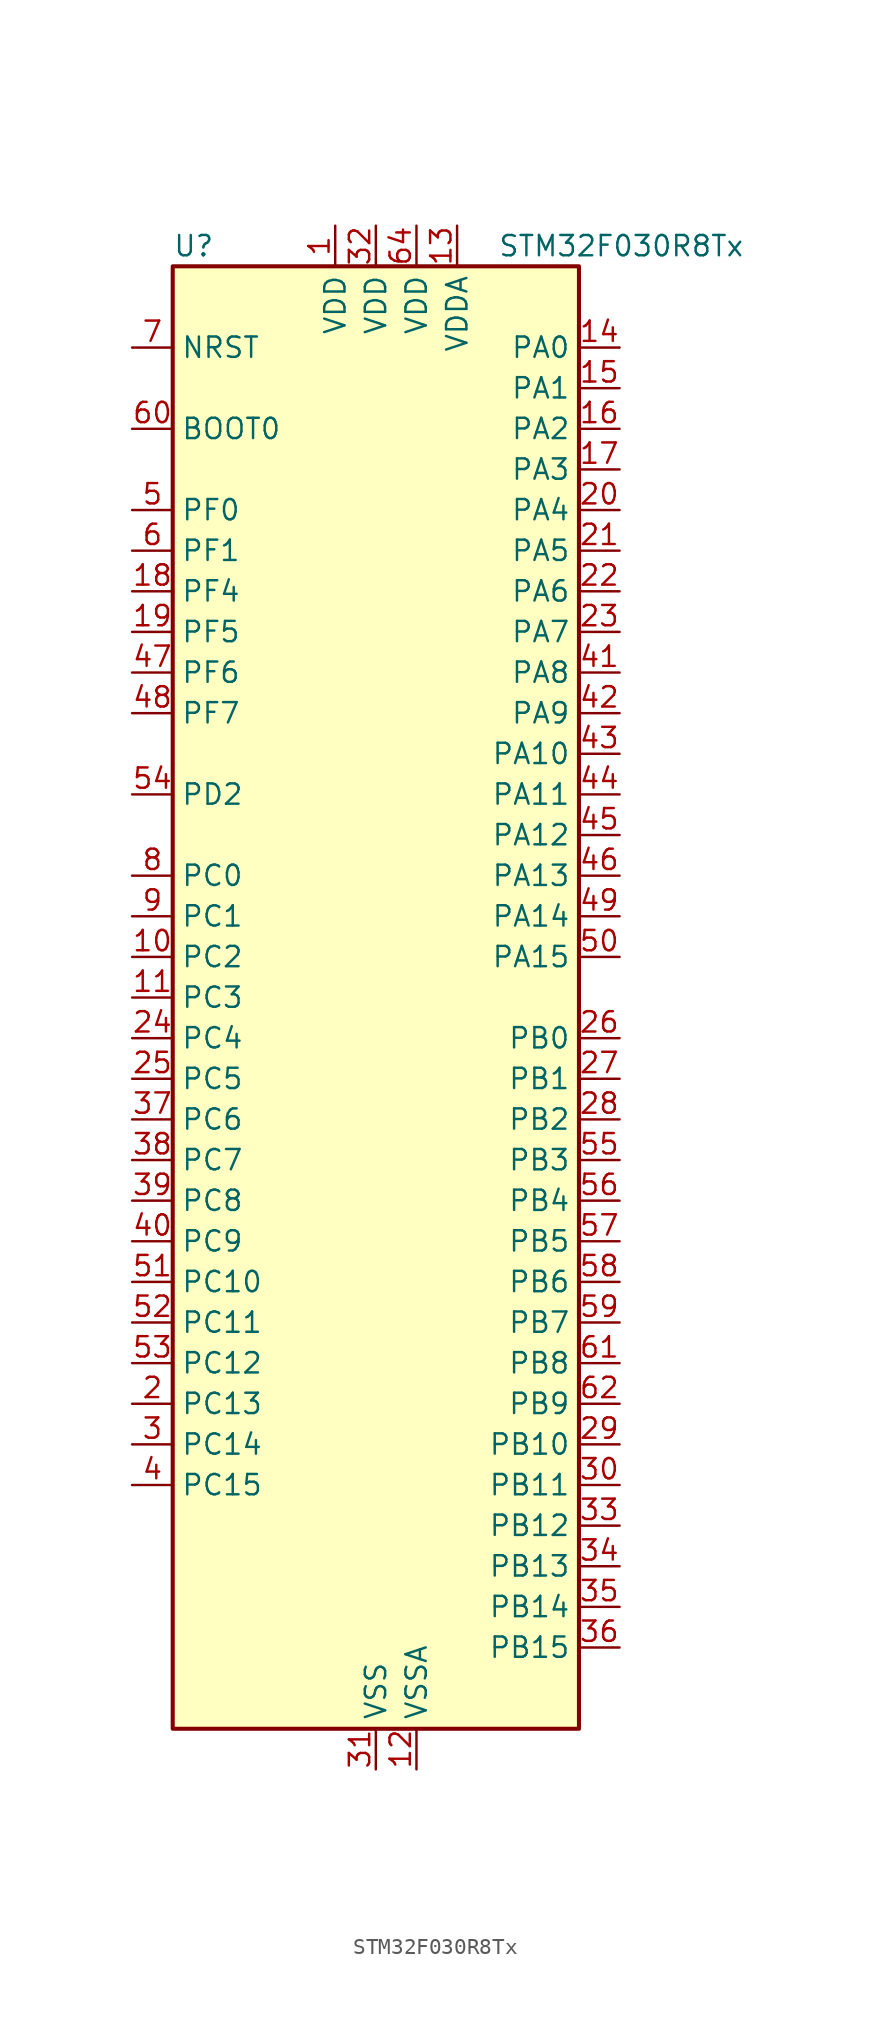
<source format=kicad_sym>
(kicad_symbol_lib
  (version 20241209)
  (generator "kicad_symbol_editor")
  (generator_version "9.0")
  (symbol "STM32F030R8Tx"
    (property "Reference" "U"
      (at -12.7 46.99 0)
      (effects (font (size 1.27 1.27)) (justify left)))
    (property "Value" "STM32F030R8Tx"
      (at 7.62 46.99 0)
      (effects (font (size 1.27 1.27)) (justify left)))
    (symbol "STM32F030R8Tx_0_1"
      (rectangle (start -12.7 -45.72) (end 12.7 45.72) (stroke (width 0.254) (type default)) (fill (type background))))
    (symbol "STM32F030R8Tx_1_1"
      (pin input line (at -15.24 40.64 0) (length 2.54) (name "NRST" (effects (font (size 1.27 1.27)))) (number "7" (effects (font (size 1.27 1.27)))))
      (pin input line (at -15.24 35.56 0) (length 2.54) (name "BOOT0" (effects (font (size 1.27 1.27)))) (number "60" (effects (font (size 1.27 1.27)))))
      (pin bidirectional line (at -15.24 30.48 0) (length 2.54) (name "PF0" (effects (font (size 1.27 1.27)))) (number "5" (effects (font (size 1.27 1.27)))) (alternate "RCC_OSC_IN" bidirectional line))
      (pin bidirectional line (at -15.24 27.94 0) (length 2.54) (name "PF1" (effects (font (size 1.27 1.27)))) (number "6" (effects (font (size 1.27 1.27)))) (alternate "RCC_OSC_OUT" bidirectional line))
      (pin bidirectional line (at -15.24 25.4 0) (length 2.54) (name "PF4" (effects (font (size 1.27 1.27)))) (number "18" (effects (font (size 1.27 1.27)))))
      (pin bidirectional line (at -15.24 22.86 0) (length 2.54) (name "PF5" (effects (font (size 1.27 1.27)))) (number "19" (effects (font (size 1.27 1.27)))))
      (pin bidirectional line (at -15.24 20.32 0) (length 2.54) (name "PF6" (effects (font (size 1.27 1.27)))) (number "47" (effects (font (size 1.27 1.27)))) (alternate "I2C2_SCL" bidirectional line))
      (pin bidirectional line (at -15.24 17.78 0) (length 2.54) (name "PF7" (effects (font (size 1.27 1.27)))) (number "48" (effects (font (size 1.27 1.27)))) (alternate "I2C2_SDA" bidirectional line))
      (pin bidirectional line (at -15.24 12.7 0) (length 2.54) (name "PD2" (effects (font (size 1.27 1.27)))) (number "54" (effects (font (size 1.27 1.27)))) (alternate "TIM3_ETR" bidirectional line))
      (pin bidirectional line (at -15.24 7.62 0) (length 2.54) (name "PC0" (effects (font (size 1.27 1.27)))) (number "8" (effects (font (size 1.27 1.27)))) (alternate "ADC_IN10" bidirectional line))
      (pin bidirectional line (at -15.24 5.08 0) (length 2.54) (name "PC1" (effects (font (size 1.27 1.27)))) (number "9" (effects (font (size 1.27 1.27)))) (alternate "ADC_IN11" bidirectional line))
      (pin bidirectional line (at -15.24 2.54 0) (length 2.54) (name "PC2" (effects (font (size 1.27 1.27)))) (number "10" (effects (font (size 1.27 1.27)))) (alternate "ADC_IN12" bidirectional line))
      (pin bidirectional line (at -15.24 0 0) (length 2.54) (name "PC3" (effects (font (size 1.27 1.27)))) (number "11" (effects (font (size 1.27 1.27)))) (alternate "ADC_IN13" bidirectional line))
      (pin bidirectional line (at -15.24 -2.54 0) (length 2.54) (name "PC4" (effects (font (size 1.27 1.27)))) (number "24" (effects (font (size 1.27 1.27)))) (alternate "ADC_IN14" bidirectional line))
      (pin bidirectional line (at -15.24 -5.08 0) (length 2.54) (name "PC5" (effects (font (size 1.27 1.27)))) (number "25" (effects (font (size 1.27 1.27)))) (alternate "ADC_IN15" bidirectional line))
      (pin bidirectional line (at -15.24 -7.62 0) (length 2.54) (name "PC6" (effects (font (size 1.27 1.27)))) (number "37" (effects (font (size 1.27 1.27)))) (alternate "TIM3_CH1" bidirectional line))
      (pin bidirectional line (at -15.24 -10.16 0) (length 2.54) (name "PC7" (effects (font (size 1.27 1.27)))) (number "38" (effects (font (size 1.27 1.27)))) (alternate "TIM3_CH2" bidirectional line))
      (pin bidirectional line (at -15.24 -12.7 0) (length 2.54) (name "PC8" (effects (font (size 1.27 1.27)))) (number "39" (effects (font (size 1.27 1.27)))) (alternate "TIM3_CH3" bidirectional line))
      (pin bidirectional line (at -15.24 -15.24 0) (length 2.54) (name "PC9" (effects (font (size 1.27 1.27)))) (number "40" (effects (font (size 1.27 1.27)))) (alternate "TIM3_CH4" bidirectional line))
      (pin bidirectional line (at -15.24 -17.78 0) (length 2.54) (name "PC10" (effects (font (size 1.27 1.27)))) (number "51" (effects (font (size 1.27 1.27)))))
      (pin bidirectional line (at -15.24 -20.32 0) (length 2.54) (name "PC11" (effects (font (size 1.27 1.27)))) (number "52" (effects (font (size 1.27 1.27)))))
      (pin bidirectional line (at -15.24 -22.86 0) (length 2.54) (name "PC12" (effects (font (size 1.27 1.27)))) (number "53" (effects (font (size 1.27 1.27)))))
      (pin bidirectional line (at -15.24 -25.4 0) (length 2.54) (name "PC13" (effects (font (size 1.27 1.27)))) (number "2" (effects (font (size 1.27 1.27)))) (alternate "RTC_OUT_ALARM" bidirectional line) (alternate "RTC_OUT_CALIB" bidirectional line) (alternate "RTC_TAMP1" bidirectional line) (alternate "RTC_TS" bidirectional line) (alternate "SYS_WKUP2" bidirectional line))
      (pin bidirectional line (at -15.24 -27.94 0) (length 2.54) (name "PC14" (effects (font (size 1.27 1.27)))) (number "3" (effects (font (size 1.27 1.27)))) (alternate "RCC_OSC32_IN" bidirectional line))
      (pin bidirectional line (at -15.24 -30.48 0) (length 2.54) (name "PC15" (effects (font (size 1.27 1.27)))) (number "4" (effects (font (size 1.27 1.27)))) (alternate "RCC_OSC32_OUT" bidirectional line))
      (pin power_in line (at -2.54 48.26 270) (length 2.54) (name "VDD" (effects (font (size 1.27 1.27)))) (number "1" (effects (font (size 1.27 1.27)))))
      (pin power_in line (at 0 48.26 270) (length 2.54) (name "VDD" (effects (font (size 1.27 1.27)))) (number "32" (effects (font (size 1.27 1.27)))))
      (pin power_in line (at 0 -48.26 90) (length 2.54) (name "VSS" (effects (font (size 1.27 1.27)))) (number "31" (effects (font (size 1.27 1.27)))))
      (pin passive line (at 0 -48.26 90) (length 2.54) (hide yes) (name "VSS" (effects (font (size 1.27 1.27)))) (number "63" (effects (font (size 1.27 1.27)))))
      (pin power_in line (at 2.54 48.26 270) (length 2.54) (name "VDD" (effects (font (size 1.27 1.27)))) (number "64" (effects (font (size 1.27 1.27)))))
      (pin power_in line (at 2.54 -48.26 90) (length 2.54) (name "VSSA" (effects (font (size 1.27 1.27)))) (number "12" (effects (font (size 1.27 1.27)))))
      (pin power_in line (at 5.08 48.26 270) (length 2.54) (name "VDDA" (effects (font (size 1.27 1.27)))) (number "13" (effects (font (size 1.27 1.27)))))
      (pin bidirectional line (at 15.24 40.64 180) (length 2.54) (name "PA0" (effects (font (size 1.27 1.27)))) (number "14" (effects (font (size 1.27 1.27)))) (alternate "ADC_IN0" bidirectional line) (alternate "RTC_TAMP2" bidirectional line) (alternate "SYS_WKUP1" bidirectional line) (alternate "USART2_CTS" bidirectional line))
      (pin bidirectional line (at 15.24 38.1 180) (length 2.54) (name "PA1" (effects (font (size 1.27 1.27)))) (number "15" (effects (font (size 1.27 1.27)))) (alternate "ADC_IN1" bidirectional line) (alternate "USART2_DE" bidirectional line) (alternate "USART2_RTS" bidirectional line))
      (pin bidirectional line (at 15.24 35.56 180) (length 2.54) (name "PA2" (effects (font (size 1.27 1.27)))) (number "16" (effects (font (size 1.27 1.27)))) (alternate "ADC_IN2" bidirectional line) (alternate "TIM15_CH1" bidirectional line) (alternate "USART2_TX" bidirectional line))
      (pin bidirectional line (at 15.24 33.02 180) (length 2.54) (name "PA3" (effects (font (size 1.27 1.27)))) (number "17" (effects (font (size 1.27 1.27)))) (alternate "ADC_IN3" bidirectional line) (alternate "TIM15_CH2" bidirectional line) (alternate "USART2_RX" bidirectional line))
      (pin bidirectional line (at 15.24 30.48 180) (length 2.54) (name "PA4" (effects (font (size 1.27 1.27)))) (number "20" (effects (font (size 1.27 1.27)))) (alternate "ADC_IN4" bidirectional line) (alternate "SPI1_NSS" bidirectional line) (alternate "TIM14_CH1" bidirectional line) (alternate "USART2_CK" bidirectional line))
      (pin bidirectional line (at 15.24 27.94 180) (length 2.54) (name "PA5" (effects (font (size 1.27 1.27)))) (number "21" (effects (font (size 1.27 1.27)))) (alternate "ADC_IN5" bidirectional line) (alternate "SPI1_SCK" bidirectional line))
      (pin bidirectional line (at 15.24 25.4 180) (length 2.54) (name "PA6" (effects (font (size 1.27 1.27)))) (number "22" (effects (font (size 1.27 1.27)))) (alternate "ADC_IN6" bidirectional line) (alternate "SPI1_MISO" bidirectional line) (alternate "TIM16_CH1" bidirectional line) (alternate "TIM1_BKIN" bidirectional line) (alternate "TIM3_CH1" bidirectional line))
      (pin bidirectional line (at 15.24 22.86 180) (length 2.54) (name "PA7" (effects (font (size 1.27 1.27)))) (number "23" (effects (font (size 1.27 1.27)))) (alternate "ADC_IN7" bidirectional line) (alternate "SPI1_MOSI" bidirectional line) (alternate "TIM14_CH1" bidirectional line) (alternate "TIM17_CH1" bidirectional line) (alternate "TIM1_CH1N" bidirectional line) (alternate "TIM3_CH2" bidirectional line))
      (pin bidirectional line (at 15.24 20.32 180) (length 2.54) (name "PA8" (effects (font (size 1.27 1.27)))) (number "41" (effects (font (size 1.27 1.27)))) (alternate "RCC_MCO" bidirectional line) (alternate "TIM1_CH1" bidirectional line) (alternate "USART1_CK" bidirectional line))
      (pin bidirectional line (at 15.24 17.78 180) (length 2.54) (name "PA9" (effects (font (size 1.27 1.27)))) (number "42" (effects (font (size 1.27 1.27)))) (alternate "TIM15_BKIN" bidirectional line) (alternate "TIM1_CH2" bidirectional line) (alternate "USART1_TX" bidirectional line))
      (pin bidirectional line (at 15.24 15.24 180) (length 2.54) (name "PA10" (effects (font (size 1.27 1.27)))) (number "43" (effects (font (size 1.27 1.27)))) (alternate "TIM17_BKIN" bidirectional line) (alternate "TIM1_CH3" bidirectional line) (alternate "USART1_RX" bidirectional line))
      (pin bidirectional line (at 15.24 12.7 180) (length 2.54) (name "PA11" (effects (font (size 1.27 1.27)))) (number "44" (effects (font (size 1.27 1.27)))) (alternate "TIM1_CH4" bidirectional line) (alternate "USART1_CTS" bidirectional line))
      (pin bidirectional line (at 15.24 10.16 180) (length 2.54) (name "PA12" (effects (font (size 1.27 1.27)))) (number "45" (effects (font (size 1.27 1.27)))) (alternate "TIM1_ETR" bidirectional line) (alternate "USART1_DE" bidirectional line) (alternate "USART1_RTS" bidirectional line))
      (pin bidirectional line (at 15.24 7.62 180) (length 2.54) (name "PA13" (effects (font (size 1.27 1.27)))) (number "46" (effects (font (size 1.27 1.27)))) (alternate "IR_OUT" bidirectional line) (alternate "SYS_SWDIO" bidirectional line))
      (pin bidirectional line (at 15.24 5.08 180) (length 2.54) (name "PA14" (effects (font (size 1.27 1.27)))) (number "49" (effects (font (size 1.27 1.27)))) (alternate "SYS_SWCLK" bidirectional line) (alternate "USART2_TX" bidirectional line))
      (pin bidirectional line (at 15.24 2.54 180) (length 2.54) (name "PA15" (effects (font (size 1.27 1.27)))) (number "50" (effects (font (size 1.27 1.27)))) (alternate "SPI1_NSS" bidirectional line) (alternate "USART2_RX" bidirectional line))
      (pin bidirectional line (at 15.24 -2.54 180) (length 2.54) (name "PB0" (effects (font (size 1.27 1.27)))) (number "26" (effects (font (size 1.27 1.27)))) (alternate "ADC_IN8" bidirectional line) (alternate "TIM1_CH2N" bidirectional line) (alternate "TIM3_CH3" bidirectional line))
      (pin bidirectional line (at 15.24 -5.08 180) (length 2.54) (name "PB1" (effects (font (size 1.27 1.27)))) (number "27" (effects (font (size 1.27 1.27)))) (alternate "ADC_IN9" bidirectional line) (alternate "TIM14_CH1" bidirectional line) (alternate "TIM1_CH3N" bidirectional line) (alternate "TIM3_CH4" bidirectional line))
      (pin bidirectional line (at 15.24 -7.62 180) (length 2.54) (name "PB2" (effects (font (size 1.27 1.27)))) (number "28" (effects (font (size 1.27 1.27)))))
      (pin bidirectional line (at 15.24 -10.16 180) (length 2.54) (name "PB3" (effects (font (size 1.27 1.27)))) (number "55" (effects (font (size 1.27 1.27)))) (alternate "SPI1_SCK" bidirectional line))
      (pin bidirectional line (at 15.24 -12.7 180) (length 2.54) (name "PB4" (effects (font (size 1.27 1.27)))) (number "56" (effects (font (size 1.27 1.27)))) (alternate "SPI1_MISO" bidirectional line) (alternate "TIM3_CH1" bidirectional line))
      (pin bidirectional line (at 15.24 -15.24 180) (length 2.54) (name "PB5" (effects (font (size 1.27 1.27)))) (number "57" (effects (font (size 1.27 1.27)))) (alternate "I2C1_SMBA" bidirectional line) (alternate "SPI1_MOSI" bidirectional line) (alternate "TIM16_BKIN" bidirectional line) (alternate "TIM3_CH2" bidirectional line))
      (pin bidirectional line (at 15.24 -17.78 180) (length 2.54) (name "PB6" (effects (font (size 1.27 1.27)))) (number "58" (effects (font (size 1.27 1.27)))) (alternate "I2C1_SCL" bidirectional line) (alternate "TIM16_CH1N" bidirectional line) (alternate "USART1_TX" bidirectional line))
      (pin bidirectional line (at 15.24 -20.32 180) (length 2.54) (name "PB7" (effects (font (size 1.27 1.27)))) (number "59" (effects (font (size 1.27 1.27)))) (alternate "I2C1_SDA" bidirectional line) (alternate "TIM17_CH1N" bidirectional line) (alternate "USART1_RX" bidirectional line))
      (pin bidirectional line (at 15.24 -22.86 180) (length 2.54) (name "PB8" (effects (font (size 1.27 1.27)))) (number "61" (effects (font (size 1.27 1.27)))) (alternate "I2C1_SCL" bidirectional line) (alternate "TIM16_CH1" bidirectional line))
      (pin bidirectional line (at 15.24 -25.4 180) (length 2.54) (name "PB9" (effects (font (size 1.27 1.27)))) (number "62" (effects (font (size 1.27 1.27)))) (alternate "I2C1_SDA" bidirectional line) (alternate "IR_OUT" bidirectional line) (alternate "TIM17_CH1" bidirectional line))
      (pin bidirectional line (at 15.24 -27.94 180) (length 2.54) (name "PB10" (effects (font (size 1.27 1.27)))) (number "29" (effects (font (size 1.27 1.27)))) (alternate "I2C2_SCL" bidirectional line))
      (pin bidirectional line (at 15.24 -30.48 180) (length 2.54) (name "PB11" (effects (font (size 1.27 1.27)))) (number "30" (effects (font (size 1.27 1.27)))) (alternate "I2C2_SDA" bidirectional line))
      (pin bidirectional line (at 15.24 -33.02 180) (length 2.54) (name "PB12" (effects (font (size 1.27 1.27)))) (number "33" (effects (font (size 1.27 1.27)))) (alternate "SPI2_NSS" bidirectional line) (alternate "TIM1_BKIN" bidirectional line))
      (pin bidirectional line (at 15.24 -35.56 180) (length 2.54) (name "PB13" (effects (font (size 1.27 1.27)))) (number "34" (effects (font (size 1.27 1.27)))) (alternate "SPI2_SCK" bidirectional line) (alternate "TIM1_CH1N" bidirectional line))
      (pin bidirectional line (at 15.24 -38.1 180) (length 2.54) (name "PB14" (effects (font (size 1.27 1.27)))) (number "35" (effects (font (size 1.27 1.27)))) (alternate "SPI2_MISO" bidirectional line) (alternate "TIM15_CH1" bidirectional line) (alternate "TIM1_CH2N" bidirectional line))
      (pin bidirectional line (at 15.24 -40.64 180) (length 2.54) (name "PB15" (effects (font (size 1.27 1.27)))) (number "36" (effects (font (size 1.27 1.27)))) (alternate "RTC_REFIN" bidirectional line) (alternate "SPI2_MOSI" bidirectional line) (alternate "TIM15_CH1N" bidirectional line) (alternate "TIM15_CH2" bidirectional line) (alternate "TIM1_CH3N" bidirectional line)))))
</source>
